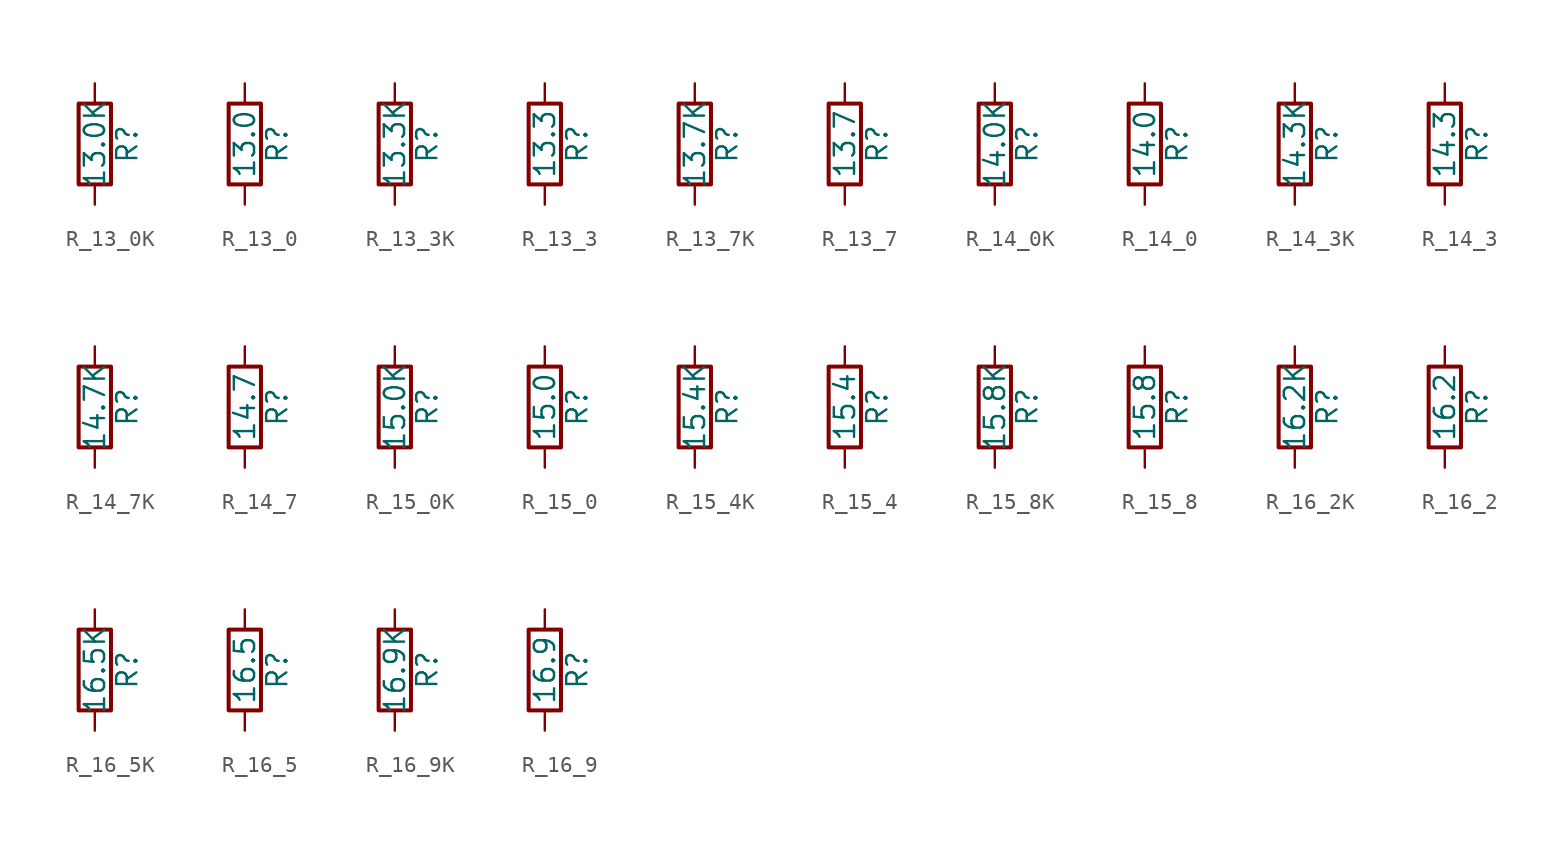
<source format=kicad_sym>
(kicad_symbol_lib
  (version 20211014)
  (generator atlantix-eda)
  (symbol "R_13_0K"
    (pin_numbers hide)
    (pin_names
      (offset 0))
    (property "Reference" "R"
      (at 2.032 0 90)
      (effects (font (size 1.27 1.27))))
    (property "Value" "13.0K"
      (at 0 0 90)
      (effects (font (size 1.27 1.27))))
    (symbol "R_13_0K_0_1"
      (rectangle (start -1.016 -2.54) (end 1.016 2.54) (stroke (width 0.254) (type default) (color 0 0 0 0)) (fill (type none))))
    (symbol "R_13_0K_1_1"
      (pin passive line (at 0 3.81 270) (length 1.27) (name "~" (effects (font (size 1.27 1.27)))) (number "1" (effects (font (size 1.27 1.27)))))
      (pin passive line (at 0 -3.81 90) (length 1.27) (name "~" (effects (font (size 1.27 1.27)))) (number "2" (effects (font (size 1.27 1.27)))))))
  (symbol "R_13_0"
    (pin_numbers hide)
    (pin_names
      (offset 0))
    (property "Reference" "R"
      (at 2.032 0 90)
      (effects (font (size 1.27 1.27))))
    (property "Value" "13.0"
      (at 0 0 90)
      (effects (font (size 1.27 1.27))))
    (symbol "R_13_0_0_1"
      (rectangle (start -1.016 -2.54) (end 1.016 2.54) (stroke (width 0.254) (type default) (color 0 0 0 0)) (fill (type none))))
    (symbol "R_13_0_1_1"
      (pin passive line (at 0 3.81 270) (length 1.27) (name "~" (effects (font (size 1.27 1.27)))) (number "1" (effects (font (size 1.27 1.27)))))
      (pin passive line (at 0 -3.81 90) (length 1.27) (name "~" (effects (font (size 1.27 1.27)))) (number "2" (effects (font (size 1.27 1.27)))))))
  (symbol "R_13_3K"
    (pin_numbers hide)
    (pin_names
      (offset 0))
    (property "Reference" "R"
      (at 2.032 0 90)
      (effects (font (size 1.27 1.27))))
    (property "Value" "13.3K"
      (at 0 0 90)
      (effects (font (size 1.27 1.27))))
    (symbol "R_13_3K_0_1"
      (rectangle (start -1.016 -2.54) (end 1.016 2.54) (stroke (width 0.254) (type default) (color 0 0 0 0)) (fill (type none))))
    (symbol "R_13_3K_1_1"
      (pin passive line (at 0 3.81 270) (length 1.27) (name "~" (effects (font (size 1.27 1.27)))) (number "1" (effects (font (size 1.27 1.27)))))
      (pin passive line (at 0 -3.81 90) (length 1.27) (name "~" (effects (font (size 1.27 1.27)))) (number "2" (effects (font (size 1.27 1.27)))))))
  (symbol "R_13_3"
    (pin_numbers hide)
    (pin_names
      (offset 0))
    (property "Reference" "R"
      (at 2.032 0 90)
      (effects (font (size 1.27 1.27))))
    (property "Value" "13.3"
      (at 0 0 90)
      (effects (font (size 1.27 1.27))))
    (symbol "R_13_3_0_1"
      (rectangle (start -1.016 -2.54) (end 1.016 2.54) (stroke (width 0.254) (type default) (color 0 0 0 0)) (fill (type none))))
    (symbol "R_13_3_1_1"
      (pin passive line (at 0 3.81 270) (length 1.27) (name "~" (effects (font (size 1.27 1.27)))) (number "1" (effects (font (size 1.27 1.27)))))
      (pin passive line (at 0 -3.81 90) (length 1.27) (name "~" (effects (font (size 1.27 1.27)))) (number "2" (effects (font (size 1.27 1.27)))))))
  (symbol "R_13_7K"
    (pin_numbers hide)
    (pin_names
      (offset 0))
    (property "Reference" "R"
      (at 2.032 0 90)
      (effects (font (size 1.27 1.27))))
    (property "Value" "13.7K"
      (at 0 0 90)
      (effects (font (size 1.27 1.27))))
    (symbol "R_13_7K_0_1"
      (rectangle (start -1.016 -2.54) (end 1.016 2.54) (stroke (width 0.254) (type default) (color 0 0 0 0)) (fill (type none))))
    (symbol "R_13_7K_1_1"
      (pin passive line (at 0 3.81 270) (length 1.27) (name "~" (effects (font (size 1.27 1.27)))) (number "1" (effects (font (size 1.27 1.27)))))
      (pin passive line (at 0 -3.81 90) (length 1.27) (name "~" (effects (font (size 1.27 1.27)))) (number "2" (effects (font (size 1.27 1.27)))))))
  (symbol "R_13_7"
    (pin_numbers hide)
    (pin_names
      (offset 0))
    (property "Reference" "R"
      (at 2.032 0 90)
      (effects (font (size 1.27 1.27))))
    (property "Value" "13.7"
      (at 0 0 90)
      (effects (font (size 1.27 1.27))))
    (symbol "R_13_7_0_1"
      (rectangle (start -1.016 -2.54) (end 1.016 2.54) (stroke (width 0.254) (type default) (color 0 0 0 0)) (fill (type none))))
    (symbol "R_13_7_1_1"
      (pin passive line (at 0 3.81 270) (length 1.27) (name "~" (effects (font (size 1.27 1.27)))) (number "1" (effects (font (size 1.27 1.27)))))
      (pin passive line (at 0 -3.81 90) (length 1.27) (name "~" (effects (font (size 1.27 1.27)))) (number "2" (effects (font (size 1.27 1.27)))))))
  (symbol "R_14_0K"
    (pin_numbers hide)
    (pin_names
      (offset 0))
    (property "Reference" "R"
      (at 2.032 0 90)
      (effects (font (size 1.27 1.27))))
    (property "Value" "14.0K"
      (at 0 0 90)
      (effects (font (size 1.27 1.27))))
    (symbol "R_14_0K_0_1"
      (rectangle (start -1.016 -2.54) (end 1.016 2.54) (stroke (width 0.254) (type default) (color 0 0 0 0)) (fill (type none))))
    (symbol "R_14_0K_1_1"
      (pin passive line (at 0 3.81 270) (length 1.27) (name "~" (effects (font (size 1.27 1.27)))) (number "1" (effects (font (size 1.27 1.27)))))
      (pin passive line (at 0 -3.81 90) (length 1.27) (name "~" (effects (font (size 1.27 1.27)))) (number "2" (effects (font (size 1.27 1.27)))))))
  (symbol "R_14_0"
    (pin_numbers hide)
    (pin_names
      (offset 0))
    (property "Reference" "R"
      (at 2.032 0 90)
      (effects (font (size 1.27 1.27))))
    (property "Value" "14.0"
      (at 0 0 90)
      (effects (font (size 1.27 1.27))))
    (symbol "R_14_0_0_1"
      (rectangle (start -1.016 -2.54) (end 1.016 2.54) (stroke (width 0.254) (type default) (color 0 0 0 0)) (fill (type none))))
    (symbol "R_14_0_1_1"
      (pin passive line (at 0 3.81 270) (length 1.27) (name "~" (effects (font (size 1.27 1.27)))) (number "1" (effects (font (size 1.27 1.27)))))
      (pin passive line (at 0 -3.81 90) (length 1.27) (name "~" (effects (font (size 1.27 1.27)))) (number "2" (effects (font (size 1.27 1.27)))))))
  (symbol "R_14_3K"
    (pin_numbers hide)
    (pin_names
      (offset 0))
    (property "Reference" "R"
      (at 2.032 0 90)
      (effects (font (size 1.27 1.27))))
    (property "Value" "14.3K"
      (at 0 0 90)
      (effects (font (size 1.27 1.27))))
    (symbol "R_14_3K_0_1"
      (rectangle (start -1.016 -2.54) (end 1.016 2.54) (stroke (width 0.254) (type default) (color 0 0 0 0)) (fill (type none))))
    (symbol "R_14_3K_1_1"
      (pin passive line (at 0 3.81 270) (length 1.27) (name "~" (effects (font (size 1.27 1.27)))) (number "1" (effects (font (size 1.27 1.27)))))
      (pin passive line (at 0 -3.81 90) (length 1.27) (name "~" (effects (font (size 1.27 1.27)))) (number "2" (effects (font (size 1.27 1.27)))))))
  (symbol "R_14_3"
    (pin_numbers hide)
    (pin_names
      (offset 0))
    (property "Reference" "R"
      (at 2.032 0 90)
      (effects (font (size 1.27 1.27))))
    (property "Value" "14.3"
      (at 0 0 90)
      (effects (font (size 1.27 1.27))))
    (symbol "R_14_3_0_1"
      (rectangle (start -1.016 -2.54) (end 1.016 2.54) (stroke (width 0.254) (type default) (color 0 0 0 0)) (fill (type none))))
    (symbol "R_14_3_1_1"
      (pin passive line (at 0 3.81 270) (length 1.27) (name "~" (effects (font (size 1.27 1.27)))) (number "1" (effects (font (size 1.27 1.27)))))
      (pin passive line (at 0 -3.81 90) (length 1.27) (name "~" (effects (font (size 1.27 1.27)))) (number "2" (effects (font (size 1.27 1.27)))))))
  (symbol "R_14_7K"
    (pin_numbers hide)
    (pin_names
      (offset 0))
    (property "Reference" "R"
      (at 2.032 0 90)
      (effects (font (size 1.27 1.27))))
    (property "Value" "14.7K"
      (at 0 0 90)
      (effects (font (size 1.27 1.27))))
    (symbol "R_14_7K_0_1"
      (rectangle (start -1.016 -2.54) (end 1.016 2.54) (stroke (width 0.254) (type default) (color 0 0 0 0)) (fill (type none))))
    (symbol "R_14_7K_1_1"
      (pin passive line (at 0 3.81 270) (length 1.27) (name "~" (effects (font (size 1.27 1.27)))) (number "1" (effects (font (size 1.27 1.27)))))
      (pin passive line (at 0 -3.81 90) (length 1.27) (name "~" (effects (font (size 1.27 1.27)))) (number "2" (effects (font (size 1.27 1.27)))))))
  (symbol "R_14_7"
    (pin_numbers hide)
    (pin_names
      (offset 0))
    (property "Reference" "R"
      (at 2.032 0 90)
      (effects (font (size 1.27 1.27))))
    (property "Value" "14.7"
      (at 0 0 90)
      (effects (font (size 1.27 1.27))))
    (symbol "R_14_7_0_1"
      (rectangle (start -1.016 -2.54) (end 1.016 2.54) (stroke (width 0.254) (type default) (color 0 0 0 0)) (fill (type none))))
    (symbol "R_14_7_1_1"
      (pin passive line (at 0 3.81 270) (length 1.27) (name "~" (effects (font (size 1.27 1.27)))) (number "1" (effects (font (size 1.27 1.27)))))
      (pin passive line (at 0 -3.81 90) (length 1.27) (name "~" (effects (font (size 1.27 1.27)))) (number "2" (effects (font (size 1.27 1.27)))))))
  (symbol "R_15_0K"
    (pin_numbers hide)
    (pin_names
      (offset 0))
    (property "Reference" "R"
      (at 2.032 0 90)
      (effects (font (size 1.27 1.27))))
    (property "Value" "15.0K"
      (at 0 0 90)
      (effects (font (size 1.27 1.27))))
    (symbol "R_15_0K_0_1"
      (rectangle (start -1.016 -2.54) (end 1.016 2.54) (stroke (width 0.254) (type default) (color 0 0 0 0)) (fill (type none))))
    (symbol "R_15_0K_1_1"
      (pin passive line (at 0 3.81 270) (length 1.27) (name "~" (effects (font (size 1.27 1.27)))) (number "1" (effects (font (size 1.27 1.27)))))
      (pin passive line (at 0 -3.81 90) (length 1.27) (name "~" (effects (font (size 1.27 1.27)))) (number "2" (effects (font (size 1.27 1.27)))))))
  (symbol "R_15_0"
    (pin_numbers hide)
    (pin_names
      (offset 0))
    (property "Reference" "R"
      (at 2.032 0 90)
      (effects (font (size 1.27 1.27))))
    (property "Value" "15.0"
      (at 0 0 90)
      (effects (font (size 1.27 1.27))))
    (symbol "R_15_0_0_1"
      (rectangle (start -1.016 -2.54) (end 1.016 2.54) (stroke (width 0.254) (type default) (color 0 0 0 0)) (fill (type none))))
    (symbol "R_15_0_1_1"
      (pin passive line (at 0 3.81 270) (length 1.27) (name "~" (effects (font (size 1.27 1.27)))) (number "1" (effects (font (size 1.27 1.27)))))
      (pin passive line (at 0 -3.81 90) (length 1.27) (name "~" (effects (font (size 1.27 1.27)))) (number "2" (effects (font (size 1.27 1.27)))))))
  (symbol "R_15_4K"
    (pin_numbers hide)
    (pin_names
      (offset 0))
    (property "Reference" "R"
      (at 2.032 0 90)
      (effects (font (size 1.27 1.27))))
    (property "Value" "15.4K"
      (at 0 0 90)
      (effects (font (size 1.27 1.27))))
    (symbol "R_15_4K_0_1"
      (rectangle (start -1.016 -2.54) (end 1.016 2.54) (stroke (width 0.254) (type default) (color 0 0 0 0)) (fill (type none))))
    (symbol "R_15_4K_1_1"
      (pin passive line (at 0 3.81 270) (length 1.27) (name "~" (effects (font (size 1.27 1.27)))) (number "1" (effects (font (size 1.27 1.27)))))
      (pin passive line (at 0 -3.81 90) (length 1.27) (name "~" (effects (font (size 1.27 1.27)))) (number "2" (effects (font (size 1.27 1.27)))))))
  (symbol "R_15_4"
    (pin_numbers hide)
    (pin_names
      (offset 0))
    (property "Reference" "R"
      (at 2.032 0 90)
      (effects (font (size 1.27 1.27))))
    (property "Value" "15.4"
      (at 0 0 90)
      (effects (font (size 1.27 1.27))))
    (symbol "R_15_4_0_1"
      (rectangle (start -1.016 -2.54) (end 1.016 2.54) (stroke (width 0.254) (type default) (color 0 0 0 0)) (fill (type none))))
    (symbol "R_15_4_1_1"
      (pin passive line (at 0 3.81 270) (length 1.27) (name "~" (effects (font (size 1.27 1.27)))) (number "1" (effects (font (size 1.27 1.27)))))
      (pin passive line (at 0 -3.81 90) (length 1.27) (name "~" (effects (font (size 1.27 1.27)))) (number "2" (effects (font (size 1.27 1.27)))))))
  (symbol "R_15_8K"
    (pin_numbers hide)
    (pin_names
      (offset 0))
    (property "Reference" "R"
      (at 2.032 0 90)
      (effects (font (size 1.27 1.27))))
    (property "Value" "15.8K"
      (at 0 0 90)
      (effects (font (size 1.27 1.27))))
    (symbol "R_15_8K_0_1"
      (rectangle (start -1.016 -2.54) (end 1.016 2.54) (stroke (width 0.254) (type default) (color 0 0 0 0)) (fill (type none))))
    (symbol "R_15_8K_1_1"
      (pin passive line (at 0 3.81 270) (length 1.27) (name "~" (effects (font (size 1.27 1.27)))) (number "1" (effects (font (size 1.27 1.27)))))
      (pin passive line (at 0 -3.81 90) (length 1.27) (name "~" (effects (font (size 1.27 1.27)))) (number "2" (effects (font (size 1.27 1.27)))))))
  (symbol "R_15_8"
    (pin_numbers hide)
    (pin_names
      (offset 0))
    (property "Reference" "R"
      (at 2.032 0 90)
      (effects (font (size 1.27 1.27))))
    (property "Value" "15.8"
      (at 0 0 90)
      (effects (font (size 1.27 1.27))))
    (symbol "R_15_8_0_1"
      (rectangle (start -1.016 -2.54) (end 1.016 2.54) (stroke (width 0.254) (type default) (color 0 0 0 0)) (fill (type none))))
    (symbol "R_15_8_1_1"
      (pin passive line (at 0 3.81 270) (length 1.27) (name "~" (effects (font (size 1.27 1.27)))) (number "1" (effects (font (size 1.27 1.27)))))
      (pin passive line (at 0 -3.81 90) (length 1.27) (name "~" (effects (font (size 1.27 1.27)))) (number "2" (effects (font (size 1.27 1.27)))))))
  (symbol "R_16_2K"
    (pin_numbers hide)
    (pin_names
      (offset 0))
    (property "Reference" "R"
      (at 2.032 0 90)
      (effects (font (size 1.27 1.27))))
    (property "Value" "16.2K"
      (at 0 0 90)
      (effects (font (size 1.27 1.27))))
    (symbol "R_16_2K_0_1"
      (rectangle (start -1.016 -2.54) (end 1.016 2.54) (stroke (width 0.254) (type default) (color 0 0 0 0)) (fill (type none))))
    (symbol "R_16_2K_1_1"
      (pin passive line (at 0 3.81 270) (length 1.27) (name "~" (effects (font (size 1.27 1.27)))) (number "1" (effects (font (size 1.27 1.27)))))
      (pin passive line (at 0 -3.81 90) (length 1.27) (name "~" (effects (font (size 1.27 1.27)))) (number "2" (effects (font (size 1.27 1.27)))))))
  (symbol "R_16_2"
    (pin_numbers hide)
    (pin_names
      (offset 0))
    (property "Reference" "R"
      (at 2.032 0 90)
      (effects (font (size 1.27 1.27))))
    (property "Value" "16.2"
      (at 0 0 90)
      (effects (font (size 1.27 1.27))))
    (symbol "R_16_2_0_1"
      (rectangle (start -1.016 -2.54) (end 1.016 2.54) (stroke (width 0.254) (type default) (color 0 0 0 0)) (fill (type none))))
    (symbol "R_16_2_1_1"
      (pin passive line (at 0 3.81 270) (length 1.27) (name "~" (effects (font (size 1.27 1.27)))) (number "1" (effects (font (size 1.27 1.27)))))
      (pin passive line (at 0 -3.81 90) (length 1.27) (name "~" (effects (font (size 1.27 1.27)))) (number "2" (effects (font (size 1.27 1.27)))))))
  (symbol "R_16_5K"
    (pin_numbers hide)
    (pin_names
      (offset 0))
    (property "Reference" "R"
      (at 2.032 0 90)
      (effects (font (size 1.27 1.27))))
    (property "Value" "16.5K"
      (at 0 0 90)
      (effects (font (size 1.27 1.27))))
    (symbol "R_16_5K_0_1"
      (rectangle (start -1.016 -2.54) (end 1.016 2.54) (stroke (width 0.254) (type default) (color 0 0 0 0)) (fill (type none))))
    (symbol "R_16_5K_1_1"
      (pin passive line (at 0 3.81 270) (length 1.27) (name "~" (effects (font (size 1.27 1.27)))) (number "1" (effects (font (size 1.27 1.27)))))
      (pin passive line (at 0 -3.81 90) (length 1.27) (name "~" (effects (font (size 1.27 1.27)))) (number "2" (effects (font (size 1.27 1.27)))))))
  (symbol "R_16_5"
    (pin_numbers hide)
    (pin_names
      (offset 0))
    (property "Reference" "R"
      (at 2.032 0 90)
      (effects (font (size 1.27 1.27))))
    (property "Value" "16.5"
      (at 0 0 90)
      (effects (font (size 1.27 1.27))))
    (symbol "R_16_5_0_1"
      (rectangle (start -1.016 -2.54) (end 1.016 2.54) (stroke (width 0.254) (type default) (color 0 0 0 0)) (fill (type none))))
    (symbol "R_16_5_1_1"
      (pin passive line (at 0 3.81 270) (length 1.27) (name "~" (effects (font (size 1.27 1.27)))) (number "1" (effects (font (size 1.27 1.27)))))
      (pin passive line (at 0 -3.81 90) (length 1.27) (name "~" (effects (font (size 1.27 1.27)))) (number "2" (effects (font (size 1.27 1.27)))))))
  (symbol "R_16_9K"
    (pin_numbers hide)
    (pin_names
      (offset 0))
    (property "Reference" "R"
      (at 2.032 0 90)
      (effects (font (size 1.27 1.27))))
    (property "Value" "16.9K"
      (at 0 0 90)
      (effects (font (size 1.27 1.27))))
    (symbol "R_16_9K_0_1"
      (rectangle (start -1.016 -2.54) (end 1.016 2.54) (stroke (width 0.254) (type default) (color 0 0 0 0)) (fill (type none))))
    (symbol "R_16_9K_1_1"
      (pin passive line (at 0 3.81 270) (length 1.27) (name "~" (effects (font (size 1.27 1.27)))) (number "1" (effects (font (size 1.27 1.27)))))
      (pin passive line (at 0 -3.81 90) (length 1.27) (name "~" (effects (font (size 1.27 1.27)))) (number "2" (effects (font (size 1.27 1.27)))))))
  (symbol "R_16_9"
    (pin_numbers hide)
    (pin_names
      (offset 0))
    (property "Reference" "R"
      (at 2.032 0 90)
      (effects (font (size 1.27 1.27))))
    (property "Value" "16.9"
      (at 0 0 90)
      (effects (font (size 1.27 1.27))))
    (symbol "R_16_9_0_1"
      (rectangle (start -1.016 -2.54) (end 1.016 2.54) (stroke (width 0.254) (type default) (color 0 0 0 0)) (fill (type none))))
    (symbol "R_16_9_1_1"
      (pin passive line (at 0 3.81 270) (length 1.27) (name "~" (effects (font (size 1.27 1.27)))) (number "1" (effects (font (size 1.27 1.27)))))
      (pin passive line (at 0 -3.81 90) (length 1.27) (name "~" (effects (font (size 1.27 1.27)))) (number "2" (effects (font (size 1.27 1.27))))))))
</source>
